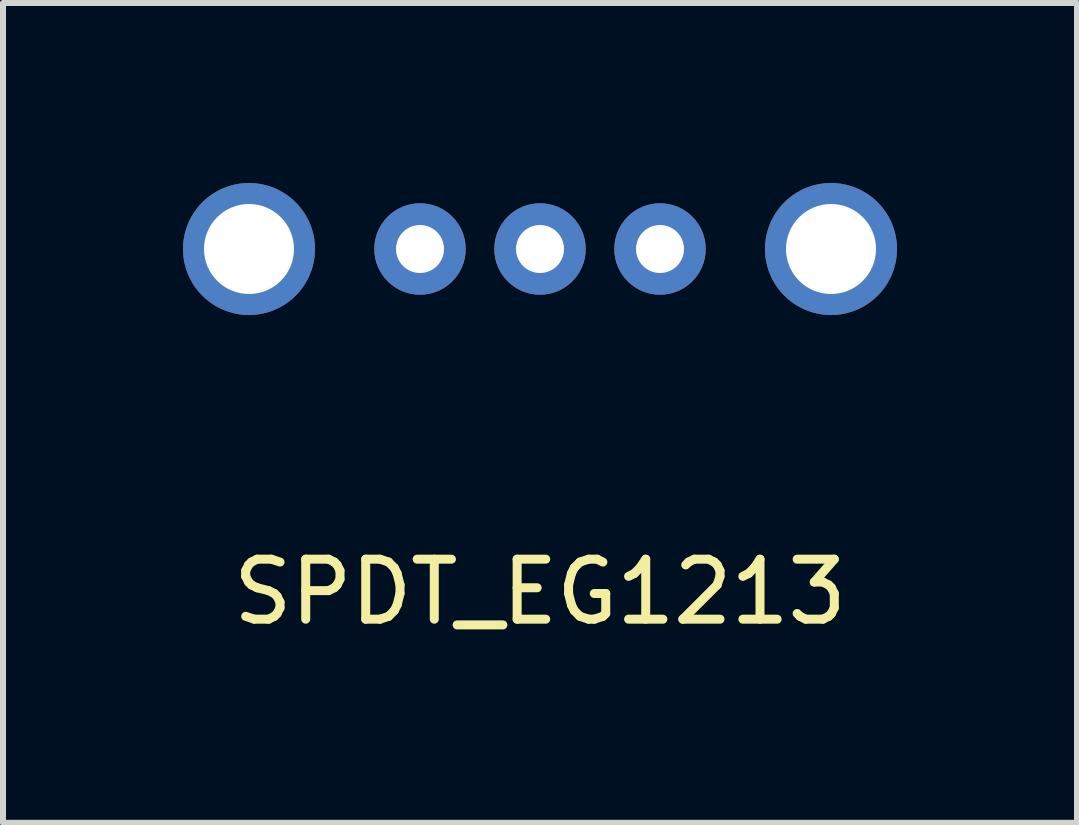
<source format=kicad_pcb>
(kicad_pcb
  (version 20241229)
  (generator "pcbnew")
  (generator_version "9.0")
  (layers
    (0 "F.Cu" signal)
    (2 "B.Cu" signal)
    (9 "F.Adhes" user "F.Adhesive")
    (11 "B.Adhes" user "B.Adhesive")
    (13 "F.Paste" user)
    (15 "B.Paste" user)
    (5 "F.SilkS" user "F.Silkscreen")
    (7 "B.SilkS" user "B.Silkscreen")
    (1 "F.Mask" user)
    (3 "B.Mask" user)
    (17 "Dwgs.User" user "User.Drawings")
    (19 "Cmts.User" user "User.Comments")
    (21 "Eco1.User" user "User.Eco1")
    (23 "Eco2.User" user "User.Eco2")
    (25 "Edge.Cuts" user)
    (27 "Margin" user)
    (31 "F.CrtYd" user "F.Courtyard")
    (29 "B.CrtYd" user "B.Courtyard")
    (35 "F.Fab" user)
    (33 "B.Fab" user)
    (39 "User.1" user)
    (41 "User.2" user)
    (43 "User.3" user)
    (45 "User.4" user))
  (footprint "SPDT_EG1213"
    (layer "F.Cu")
    (at 5.95 1.1)
    (property "Reference" "SPDT_EG1213" (at 0 5.715 0) (layer "F.SilkS") (effects (font (size 1 1) (thickness 0.15))))
    (attr through_hole)
    (pad "1" thru_hole circle (at -2 0) (size 1.524 1.524) (drill 0.8) (layers "*.Cu" "*.Mask"))
    (pad "2" thru_hole circle (at 0 0) (size 1.524 1.524) (drill 0.8) (layers "*.Cu" "*.Mask"))
    (pad "3" thru_hole circle (at 2 0) (size 1.524 1.524) (drill 0.8) (layers "*.Cu" "*.Mask"))
    (pad "G" thru_hole circle (at -4.85 0) (size 2.2 2.2) (drill 1.5) (layers "*.Cu" "*.Mask"))
    (pad "G" thru_hole circle (at 4.85 0) (size 2.2 2.2) (drill 1.5) (layers "*.Cu" "*.Mask")))
  (gr_rect
    (start -3 -3)
    (end 14.9 10.663)
    (stroke (width 0.1) (type default))
    (fill no)
    (layer "Edge.Cuts")))
</source>
